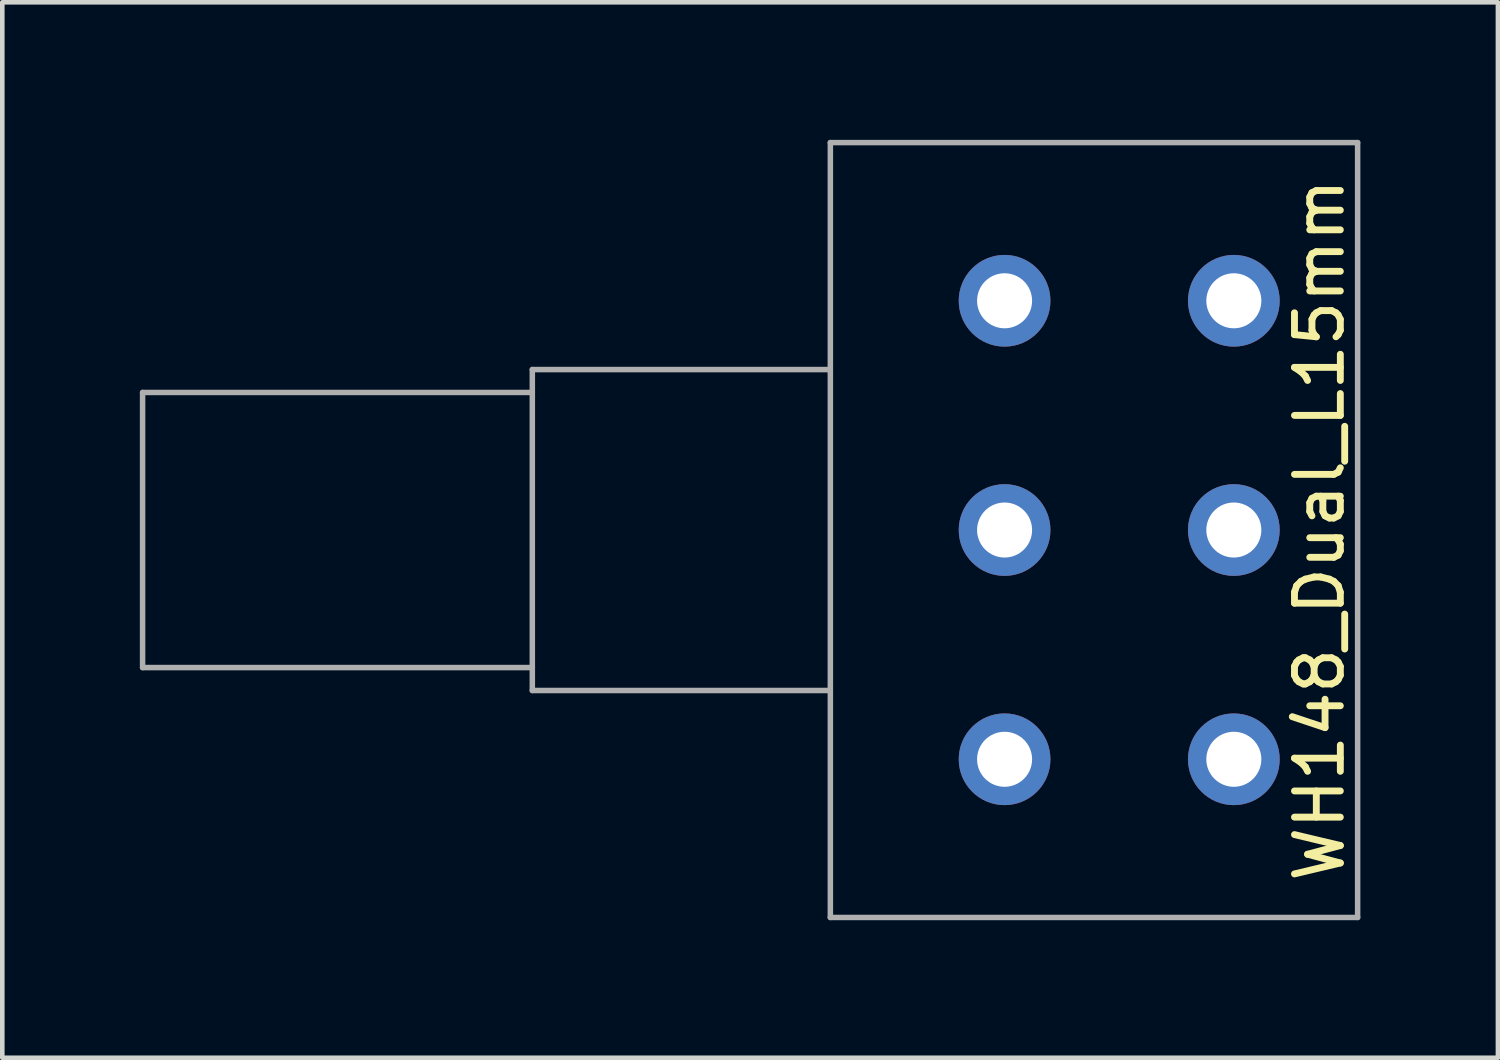
<source format=kicad_pcb>
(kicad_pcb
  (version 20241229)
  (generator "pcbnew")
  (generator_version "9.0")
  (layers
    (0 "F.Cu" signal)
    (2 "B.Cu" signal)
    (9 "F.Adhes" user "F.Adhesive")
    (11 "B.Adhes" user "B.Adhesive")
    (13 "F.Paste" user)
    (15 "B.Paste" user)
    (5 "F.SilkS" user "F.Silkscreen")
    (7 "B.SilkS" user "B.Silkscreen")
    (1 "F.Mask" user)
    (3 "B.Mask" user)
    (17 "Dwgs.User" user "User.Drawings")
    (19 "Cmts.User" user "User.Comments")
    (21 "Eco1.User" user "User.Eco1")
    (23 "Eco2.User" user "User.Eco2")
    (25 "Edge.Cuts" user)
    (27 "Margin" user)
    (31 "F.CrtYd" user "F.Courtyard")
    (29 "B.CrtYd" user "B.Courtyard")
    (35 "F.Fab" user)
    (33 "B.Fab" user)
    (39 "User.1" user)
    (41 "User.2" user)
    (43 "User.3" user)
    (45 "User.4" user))
  (footprint "WH148_Dual_L15mm"
    (layer "F.Cu")
    (at 15.06 8.51)
    (property "Reference" "WH148_Dual_L15mm" (at 10.668 0 90) (layer "F.SilkS") (effects (font (size 1 1) (thickness 0.15))))
    (attr through_hole)
    (fp_line (start -15 3) (end -15 -3) (stroke (width 0.12) (type solid)) (layer "F.Fab"))
    (fp_line (start -6.5 -3.5) (end -6.5 3.5) (stroke (width 0.12) (type solid)) (layer "F.Fab"))
    (fp_line (start -6.5 -3) (end -15 -3) (stroke (width 0.12) (type solid)) (layer "F.Fab"))
    (fp_line (start -6.5 3) (end -15 3) (stroke (width 0.12) (type solid)) (layer "F.Fab"))
    (fp_line (start 0 -8.45) (end 11.5 -8.45) (stroke (width 0.12) (type solid)) (layer "F.Fab"))
    (fp_line (start 0 -3.5) (end -6.5 -3.5) (stroke (width 0.12) (type solid)) (layer "F.Fab"))
    (fp_line (start 0 3.5) (end -6.5 3.5) (stroke (width 0.12) (type solid)) (layer "F.Fab"))
    (fp_line (start 0 8.45) (end 0 -8.45) (stroke (width 0.12) (type solid)) (layer "F.Fab"))
    (fp_line (start 0 8.45) (end 11.5 8.45) (stroke (width 0.12) (type solid)) (layer "F.Fab"))
    (fp_line (start 11.5 8.45) (end 11.5 -8.45) (stroke (width 0.12) (type solid)) (layer "F.Fab"))
    (pad "1" thru_hole circle (at 3.8 -5) (size 2 2) (drill 1.2) (layers "*.Cu" "*.Mask"))
    (pad "2" thru_hole circle (at 3.8 0) (size 2 2) (drill 1.2) (layers "*.Cu" "*.Mask"))
    (pad "3" thru_hole circle (at 3.8 5) (size 2 2) (drill 1.2) (layers "*.Cu" "*.Mask"))
    (pad "4" thru_hole circle (at 8.8 -5) (size 2 2) (drill 1.2) (layers "*.Cu" "*.Mask"))
    (pad "5" thru_hole circle (at 8.8 0) (size 2 2) (drill 1.2) (layers "*.Cu" "*.Mask"))
    (pad "6" thru_hole circle (at 8.8 5) (size 2 2) (drill 1.2) (layers "*.Cu" "*.Mask")))
  (gr_rect
    (start -3 -3)
    (end 29.62 20.02)
    (stroke (width 0.1) (type default))
    (fill no)
    (layer "Edge.Cuts")))
</source>
